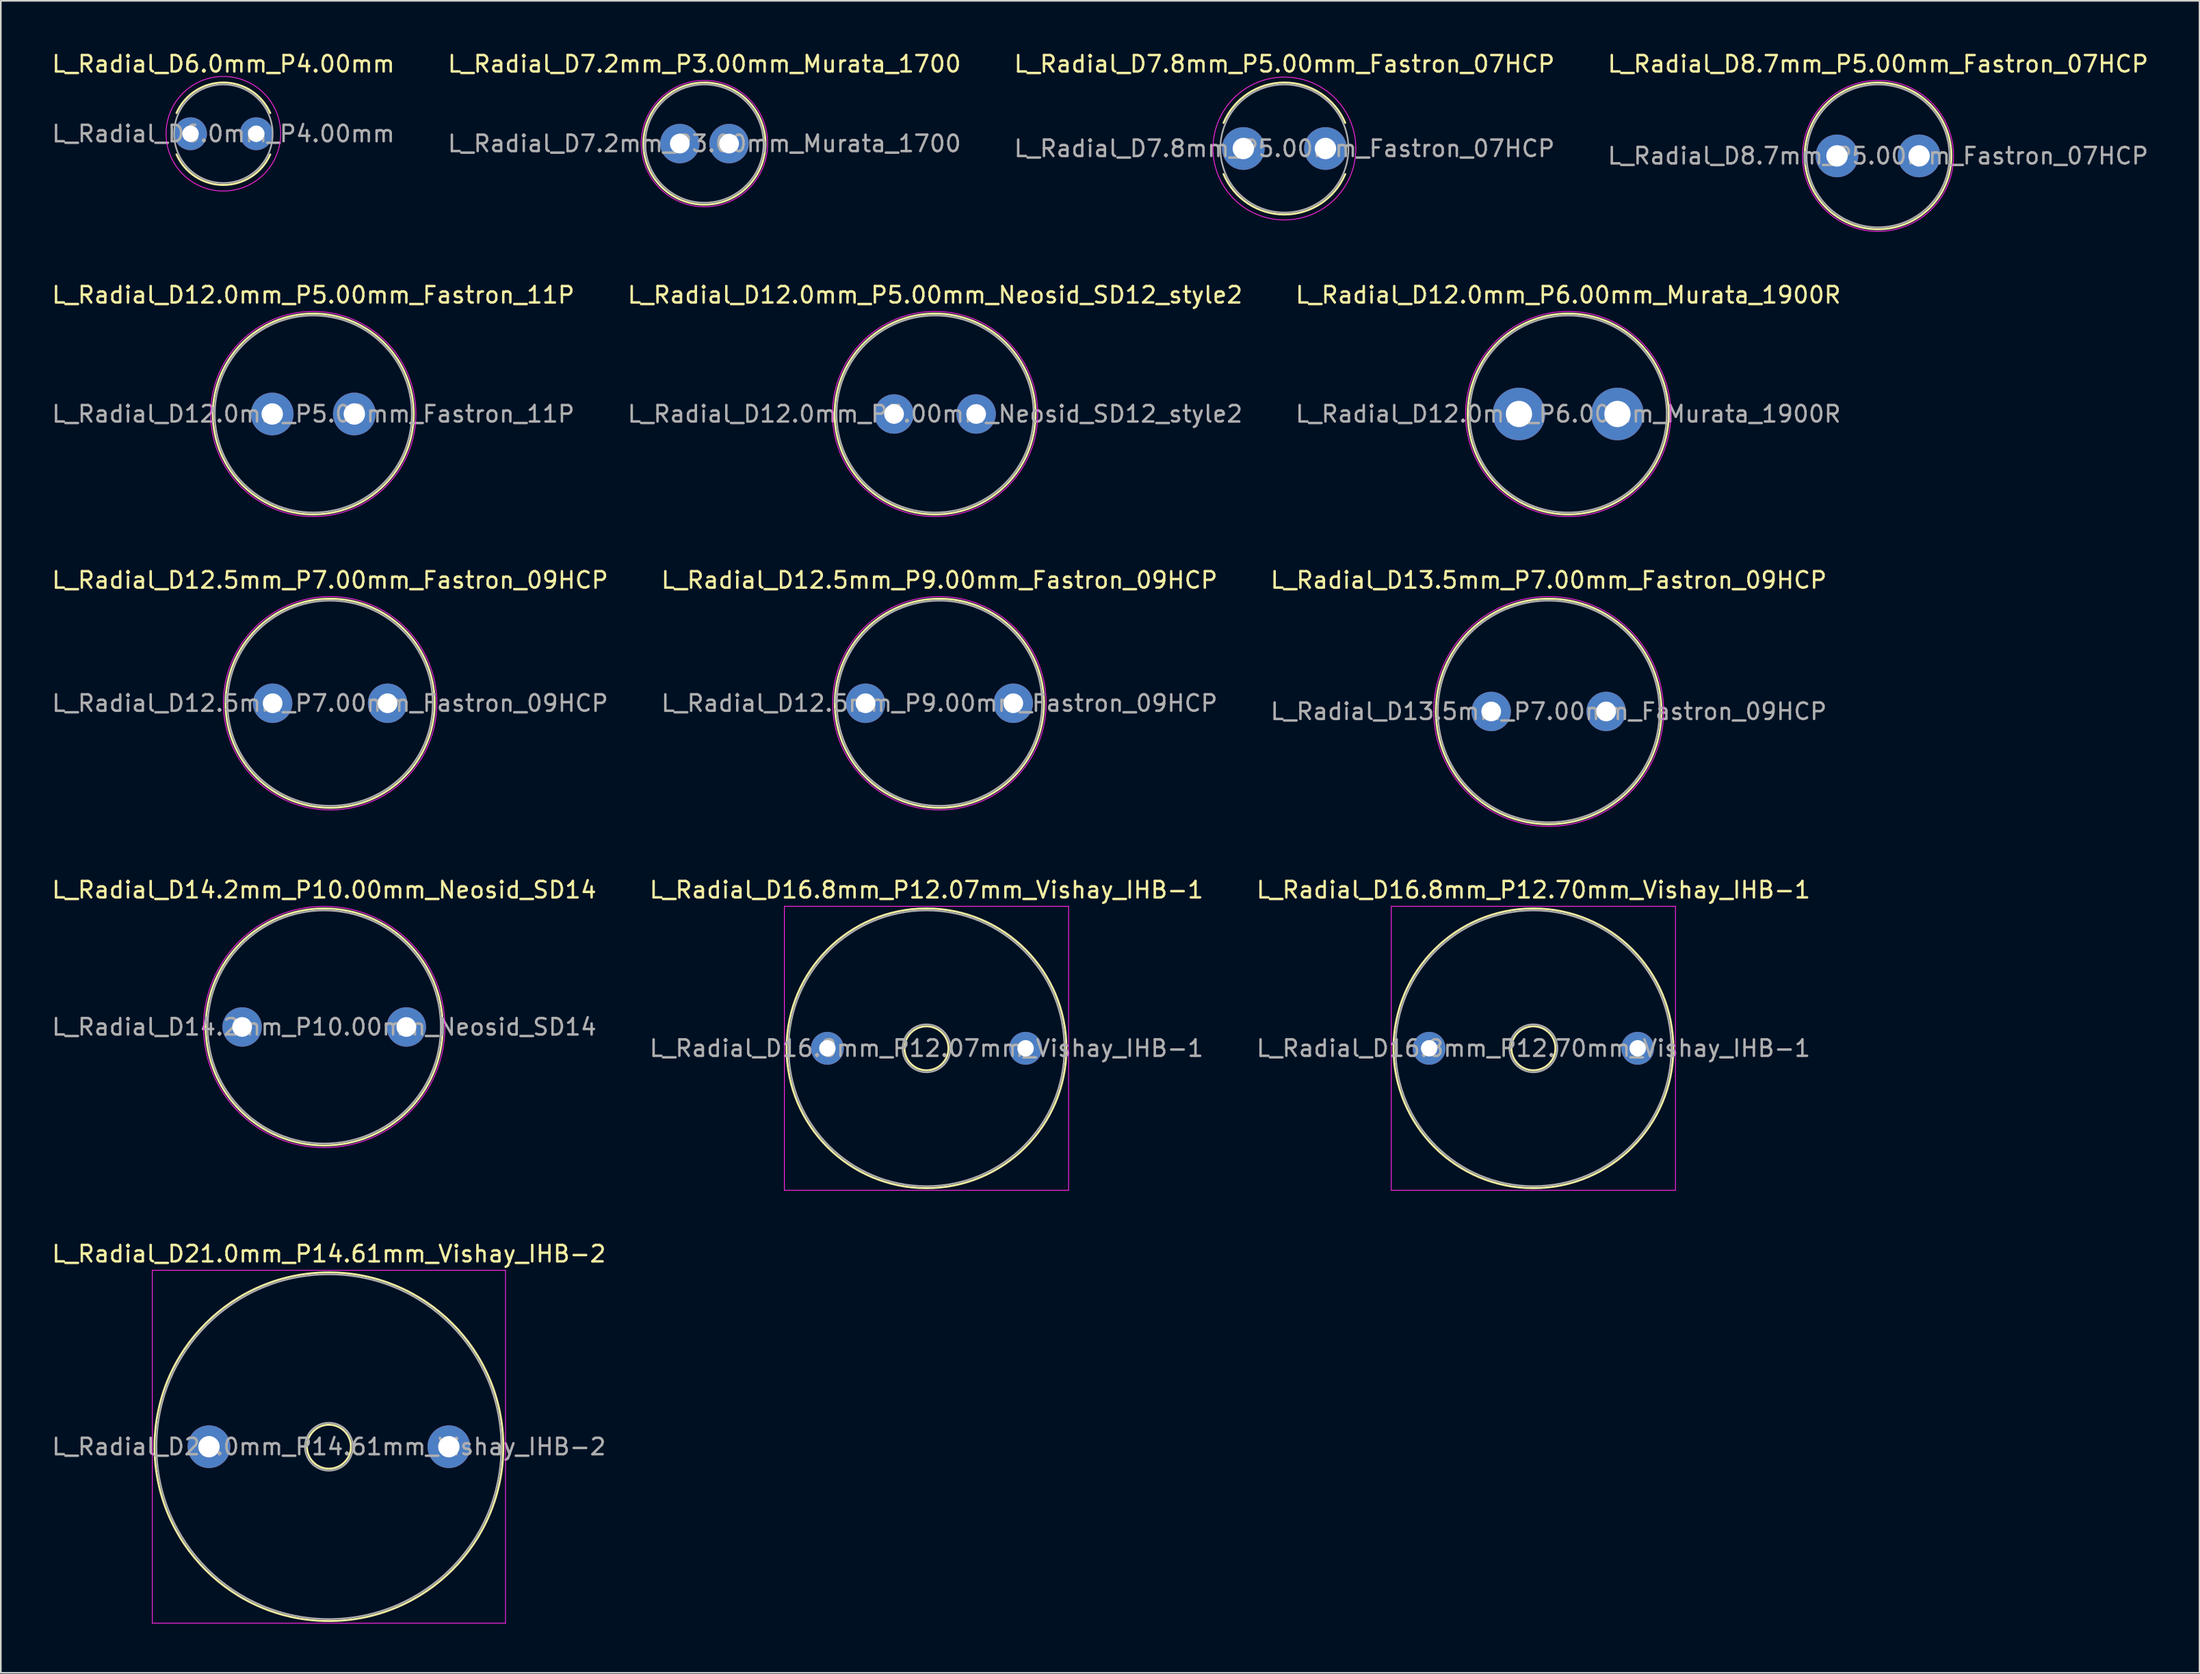
<source format=kicad_pcb>
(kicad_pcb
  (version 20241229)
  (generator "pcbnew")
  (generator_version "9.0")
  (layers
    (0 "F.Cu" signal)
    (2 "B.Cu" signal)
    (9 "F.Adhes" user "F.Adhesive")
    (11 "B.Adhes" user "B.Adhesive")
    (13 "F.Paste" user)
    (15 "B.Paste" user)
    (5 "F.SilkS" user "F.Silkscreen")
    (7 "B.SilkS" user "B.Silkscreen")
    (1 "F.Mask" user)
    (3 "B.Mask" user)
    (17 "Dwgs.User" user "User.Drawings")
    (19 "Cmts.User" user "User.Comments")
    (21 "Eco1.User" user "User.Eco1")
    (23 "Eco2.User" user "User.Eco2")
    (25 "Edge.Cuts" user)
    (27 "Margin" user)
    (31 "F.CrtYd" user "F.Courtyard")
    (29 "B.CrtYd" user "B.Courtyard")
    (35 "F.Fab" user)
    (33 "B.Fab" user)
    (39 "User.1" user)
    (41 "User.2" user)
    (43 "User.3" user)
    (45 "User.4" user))
  (footprint "L_Radial_D12.0mm_P5.00mm_Neosid_SD12_style2"
    (layer "F.Cu")
    (at 51.399 22.172)
    (property "Reference" "L_Radial_D12.0mm_P5.00mm_Neosid_SD12_style2" (at 2.5 -7.25 0) (layer "F.SilkS") (effects (font (size 1 1) (thickness 0.15))))
    (attr through_hole)
    (fp_circle (center 2.5 0) (end 8.62 0) (stroke (width 0.12) (type solid)) (fill no) (layer "F.SilkS"))
    (fp_circle (center 2.5 0) (end 8.75 0) (stroke (width 0.05) (type solid)) (fill no) (layer "F.CrtYd"))
    (fp_circle (center 2.5 0) (end 8.5 0) (stroke (width 0.1) (type solid)) (fill no) (layer "F.Fab"))
    (fp_text user "${REFERENCE}" (at 2.5 0 0) (layer "F.Fab") (effects (font (size 1 1) (thickness 0.15))))
    (pad "1" thru_hole circle (at 0 0) (size 2.4 2.4) (drill 1.2) (layers "*.Cu" "*.Mask"))
    (pad "2" thru_hole circle (at 5 0) (size 2.4 2.4) (drill 1.2) (layers "*.Cu" "*.Mask")))
  (footprint "L_Radial_D12.5mm_P7.00mm_Fastron_09HCP"
    (layer "F.Cu")
    (at 13.554 39.795)
    (property "Reference" "L_Radial_D12.5mm_P7.00mm_Fastron_09HCP" (at 3.5 -7.5 0) (layer "F.SilkS") (effects (font (size 1 1) (thickness 0.15))))
    (attr through_hole)
    (fp_circle (center 3.5 0) (end 9.87 0) (stroke (width 0.12) (type solid)) (fill no) (layer "F.SilkS"))
    (fp_circle (center 3.5 0) (end 10 0) (stroke (width 0.05) (type solid)) (fill no) (layer "F.CrtYd"))
    (fp_circle (center 3.5 0) (end 9.75 0) (stroke (width 0.1) (type solid)) (fill no) (layer "F.Fab"))
    (fp_text user "${REFERENCE}" (at 3.5 0 0) (layer "F.Fab") (effects (font (size 1 1) (thickness 0.15))))
    (pad "1" thru_hole circle (at 0 0) (size 2.4 2.4) (drill 1.2) (layers "*.Cu" "*.Mask"))
    (pad "2" thru_hole circle (at 7 0) (size 2.4 2.4) (drill 1.2) (layers "*.Cu" "*.Mask")))
  (footprint "L_Radial_D12.0mm_P6.00mm_Murata_1900R"
    (layer "F.Cu")
    (at 89.458 22.172)
    (property "Reference" "L_Radial_D12.0mm_P6.00mm_Murata_1900R" (at 3 -7.25 0) (layer "F.SilkS") (effects (font (size 1 1) (thickness 0.15))))
    (attr through_hole)
    (fp_circle (center 3 0) (end 9.12 0) (stroke (width 0.12) (type solid)) (fill no) (layer "F.SilkS"))
    (fp_circle (center 3 0) (end 9.25 0) (stroke (width 0.05) (type solid)) (fill no) (layer "F.CrtYd"))
    (fp_circle (center 3 0) (end 9 0) (stroke (width 0.1) (type solid)) (fill no) (layer "F.Fab"))
    (fp_text user "${REFERENCE}" (at 3 0 0) (layer "F.Fab") (effects (font (size 1 1) (thickness 0.15))))
    (pad "1" thru_hole circle (at 0 0) (size 3.2 3.2) (drill 1.6) (layers "*.Cu" "*.Mask"))
    (pad "2" thru_hole circle (at 6 0) (size 3.2 3.2) (drill 1.6) (layers "*.Cu" "*.Mask")))
  (footprint "L_Radial_D12.0mm_P5.00mm_Fastron_11P"
    (layer "F.Cu")
    (at 13.53 22.172)
    (property "Reference" "L_Radial_D12.0mm_P5.00mm_Fastron_11P" (at 2.5 -7.25 0) (layer "F.SilkS") (effects (font (size 1 1) (thickness 0.15))))
    (attr through_hole)
    (fp_circle (center 2.5 0) (end 8.62 0) (stroke (width 0.12) (type solid)) (fill no) (layer "F.SilkS"))
    (fp_circle (center 2.5 0) (end 8.75 0) (stroke (width 0.05) (type solid)) (fill no) (layer "F.CrtYd"))
    (fp_circle (center 2.5 0) (end 8.5 0) (stroke (width 0.1) (type solid)) (fill no) (layer "F.Fab"))
    (fp_text user "${REFERENCE}" (at 2.5 0 0) (layer "F.Fab") (effects (font (size 1 1) (thickness 0.15))))
    (pad "1" thru_hole circle (at 0 0) (size 2.6 2.6) (drill 1.3) (layers "*.Cu" "*.Mask"))
    (pad "2" thru_hole circle (at 5 0) (size 2.6 2.6) (drill 1.3) (layers "*.Cu" "*.Mask")))
  (footprint "L_Radial_D12.5mm_P9.00mm_Fastron_09HCP"
    (layer "F.Cu")
    (at 49.661 39.795)
    (property "Reference" "L_Radial_D12.5mm_P9.00mm_Fastron_09HCP" (at 4.5 -7.5 0) (layer "F.SilkS") (effects (font (size 1 1) (thickness 0.15))))
    (attr through_hole)
    (fp_circle (center 4.5 0) (end 10.87 0) (stroke (width 0.12) (type solid)) (fill no) (layer "F.SilkS"))
    (fp_circle (center 4.5 0) (end 11 0) (stroke (width 0.05) (type solid)) (fill no) (layer "F.CrtYd"))
    (fp_circle (center 4.5 0) (end 10.75 0) (stroke (width 0.1) (type solid)) (fill no) (layer "F.Fab"))
    (fp_text user "${REFERENCE}" (at 4.5 0 0) (layer "F.Fab") (effects (font (size 1 1) (thickness 0.15))))
    (pad "1" thru_hole circle (at 0 0) (size 2.4 2.4) (drill 1.2) (layers "*.Cu" "*.Mask"))
    (pad "2" thru_hole circle (at 9 0) (size 2.4 2.4) (drill 1.2) (layers "*.Cu" "*.Mask")))
  (footprint "L_Radial_D6.0mm_P4.00mm"
    (layer "F.Cu")
    (at 8.554 5.098)
    (property "Reference" "L_Radial_D6.0mm_P4.00mm" (at 2 -4.25 0) (layer "F.SilkS") (effects (font (size 1 1) (thickness 0.15))))
    (attr through_hole)
    (fp_arc (start -0.85426 -1.26) (mid 2 -3.12) (end 4.85426 -1.26) (stroke (width 0.12) (type solid)) (layer "F.SilkS"))
    (fp_arc (start 4.85426 1.26) (mid 2 3.12) (end -0.85426 1.26) (stroke (width 0.12) (type solid)) (layer "F.SilkS"))
    (fp_circle (center 2 0) (end 5.49 0) (stroke (width 0.05) (type solid)) (fill no) (layer "F.CrtYd"))
    (fp_circle (center 2 0) (end 5 0) (stroke (width 0.1) (type solid)) (fill no) (layer "F.Fab"))
    (fp_text user "${REFERENCE}" (at 2 0 0) (layer "F.Fab") (effects (font (size 1 1) (thickness 0.15))))
    (pad "1" thru_hole circle (at 0 0) (size 2 2) (drill 1) (layers "*.Cu" "*.Mask"))
    (pad "2" thru_hole circle (at 4 0) (size 2 2) (drill 1) (layers "*.Cu" "*.Mask")))
  (footprint "L_Radial_D21.0mm_P14.61mm_Vishay_IHB-2"
    (layer "F.Cu")
    (at 9.677 85.091)
    (property "Reference" "L_Radial_D21.0mm_P14.61mm_Vishay_IHB-2" (at 7.305 -11.75 0) (layer "F.SilkS") (effects (font (size 1 1) (thickness 0.15))))
    (attr through_hole)
    (fp_circle (center 7.305 0) (end 8.645 0) (stroke (width 0.12) (type solid)) (fill no) (layer "F.SilkS"))
    (fp_circle (center 7.305 0) (end 17.925 0) (stroke (width 0.12) (type solid)) (fill no) (layer "F.SilkS"))
    (fp_line (start -3.45 -10.75) (end -3.45 10.75) (stroke (width 0.05) (type solid)) (layer "F.CrtYd"))
    (fp_line (start -3.45 10.75) (end 18.06 10.75) (stroke (width 0.05) (type solid)) (layer "F.CrtYd"))
    (fp_line (start 18.06 -10.75) (end -3.45 -10.75) (stroke (width 0.05) (type solid)) (layer "F.CrtYd"))
    (fp_line (start 18.06 10.75) (end 18.06 -10.75) (stroke (width 0.05) (type solid)) (layer "F.CrtYd"))
    (fp_circle (center 7.305 0) (end 8.765 0) (stroke (width 0.1) (type solid)) (fill no) (layer "F.Fab"))
    (fp_circle (center 7.305 0) (end 17.805 0) (stroke (width 0.1) (type solid)) (fill no) (layer "F.Fab"))
    (fp_text user "${REFERENCE}" (at 7.305 0 0) (layer "F.Fab") (effects (font (size 1 1) (thickness 0.15))))
    (pad "1" thru_hole circle (at 0 0) (size 2.6 2.6) (drill 1.3) (layers "*.Cu" "*.Mask"))
    (pad "2" thru_hole circle (at 14.61 0) (size 2.6 2.6) (drill 1.3) (layers "*.Cu" "*.Mask")))
  (footprint "L_Radial_D14.2mm_P10.00mm_Neosid_SD14"
    (layer "F.Cu")
    (at 11.696 59.518)
    (property "Reference" "L_Radial_D14.2mm_P10.00mm_Neosid_SD14" (at 5 -8.35 0) (layer "F.SilkS") (effects (font (size 1 1) (thickness 0.15))))
    (attr through_hole)
    (fp_circle (center 5 0) (end 12.22 0) (stroke (width 0.12) (type solid)) (fill no) (layer "F.SilkS"))
    (fp_circle (center 5 0) (end 12.35 0) (stroke (width 0.05) (type solid)) (fill no) (layer "F.CrtYd"))
    (fp_circle (center 5 0) (end 12.1 0) (stroke (width 0.1) (type solid)) (fill no) (layer "F.Fab"))
    (fp_text user "${REFERENCE}" (at 5 0 0) (layer "F.Fab") (effects (font (size 1 1) (thickness 0.15))))
    (pad "1" thru_hole circle (at 0 0) (size 2.4 2.4) (drill 1.2) (layers "*.Cu" "*.Mask"))
    (pad "2" thru_hole circle (at 10 0) (size 2.4 2.4) (drill 1.2) (layers "*.Cu" "*.Mask")))
  (footprint "L_Radial_D7.8mm_P5.00mm_Fastron_07HCP"
    (layer "F.Cu")
    (at 72.673 5.998)
    (property "Reference" "L_Radial_D7.8mm_P5.00mm_Fastron_07HCP" (at 2.5 -5.15 0) (layer "F.SilkS") (effects (font (size 1 1) (thickness 0.15))))
    (attr through_hole)
    (fp_arc (start -1.20497 -1.56) (mid 2.5 -4.02) (end 6.20497 -1.56) (stroke (width 0.12) (type solid)) (layer "F.SilkS"))
    (fp_arc (start 6.20497 1.56) (mid 2.5 4.02) (end -1.20497 1.56) (stroke (width 0.12) (type solid)) (layer "F.SilkS"))
    (fp_circle (center 2.5 0) (end 6.85 0) (stroke (width 0.05) (type solid)) (fill no) (layer "F.CrtYd"))
    (fp_circle (center 2.5 0) (end 6.4 0) (stroke (width 0.1) (type solid)) (fill no) (layer "F.Fab"))
    (fp_text user "${REFERENCE}" (at 2.5 0 0) (layer "F.Fab") (effects (font (size 1 1) (thickness 0.15))))
    (pad "1" thru_hole circle (at 0 0) (size 2.6 2.6) (drill 1.3) (layers "*.Cu" "*.Mask"))
    (pad "2" thru_hole circle (at 5 0) (size 2.6 2.6) (drill 1.3) (layers "*.Cu" "*.Mask")))
  (footprint "L_Radial_D7.2mm_P3.00mm_Murata_1700"
    (layer "F.Cu")
    (at 38.351 5.698)
    (property "Reference" "L_Radial_D7.2mm_P3.00mm_Murata_1700" (at 1.5 -4.85 0) (layer "F.SilkS") (effects (font (size 1 1) (thickness 0.15))))
    (attr through_hole)
    (fp_circle (center 1.5 0) (end 5.22 0) (stroke (width 0.12) (type solid)) (fill no) (layer "F.SilkS"))
    (fp_circle (center 1.5 0) (end 5.35 0) (stroke (width 0.05) (type solid)) (fill no) (layer "F.CrtYd"))
    (fp_circle (center 1.5 0) (end 5.1 0) (stroke (width 0.1) (type solid)) (fill no) (layer "F.Fab"))
    (fp_text user "${REFERENCE}" (at 1.5 0 0) (layer "F.Fab") (effects (font (size 1 1) (thickness 0.15))))
    (pad "1" thru_hole circle (at 0 0) (size 2.4 2.4) (drill 1.2) (layers "*.Cu" "*.Mask"))
    (pad "2" thru_hole circle (at 3 0) (size 2.4 2.4) (drill 1.2) (layers "*.Cu" "*.Mask")))
  (footprint "L_Radial_D16.8mm_P12.70mm_Vishay_IHB-1"
    (layer "F.Cu")
    (at 83.989 60.818)
    (property "Reference" "L_Radial_D16.8mm_P12.70mm_Vishay_IHB-1" (at 6.35 -9.65 0) (layer "F.SilkS") (effects (font (size 1 1) (thickness 0.15))))
    (attr through_hole)
    (fp_circle (center 6.35 0) (end 7.69 0) (stroke (width 0.12) (type solid)) (fill no) (layer "F.SilkS"))
    (fp_circle (center 6.35 0) (end 14.87 0) (stroke (width 0.12) (type solid)) (fill no) (layer "F.SilkS"))
    (fp_line (start -2.31 -8.65) (end -2.31 8.65) (stroke (width 0.05) (type solid)) (layer "F.CrtYd"))
    (fp_line (start -2.31 8.65) (end 15 8.65) (stroke (width 0.05) (type solid)) (layer "F.CrtYd"))
    (fp_line (start 15 -8.65) (end -2.31 -8.65) (stroke (width 0.05) (type solid)) (layer "F.CrtYd"))
    (fp_line (start 15 8.65) (end 15 -8.65) (stroke (width 0.05) (type solid)) (layer "F.CrtYd"))
    (fp_circle (center 6.35 0) (end 7.81 0) (stroke (width 0.1) (type solid)) (fill no) (layer "F.Fab"))
    (fp_circle (center 6.35 0) (end 14.75 0) (stroke (width 0.1) (type solid)) (fill no) (layer "F.Fab"))
    (fp_text user "${REFERENCE}" (at 6.35 0 0) (layer "F.Fab") (effects (font (size 1 1) (thickness 0.15))))
    (pad "1" thru_hole circle (at 0 0) (size 2 2) (drill 1) (layers "*.Cu" "*.Mask"))
    (pad "2" thru_hole circle (at 12.7 0) (size 2 2) (drill 1) (layers "*.Cu" "*.Mask")))
  (footprint "L_Radial_D13.5mm_P7.00mm_Fastron_09HCP"
    (layer "F.Cu")
    (at 87.768 40.295)
    (property "Reference" "L_Radial_D13.5mm_P7.00mm_Fastron_09HCP" (at 3.5 -8 0) (layer "F.SilkS") (effects (font (size 1 1) (thickness 0.15))))
    (attr through_hole)
    (fp_circle (center 3.5 0) (end 10.37 0) (stroke (width 0.12) (type solid)) (fill no) (layer "F.SilkS"))
    (fp_circle (center 3.5 0) (end 10.5 0) (stroke (width 0.05) (type solid)) (fill no) (layer "F.CrtYd"))
    (fp_circle (center 3.5 0) (end 10.25 0) (stroke (width 0.1) (type solid)) (fill no) (layer "F.Fab"))
    (fp_text user "${REFERENCE}" (at 3.5 0 0) (layer "F.Fab") (effects (font (size 1 1) (thickness 0.15))))
    (pad "1" thru_hole circle (at 0 0) (size 2.4 2.4) (drill 1.2) (layers "*.Cu" "*.Mask"))
    (pad "2" thru_hole circle (at 7 0) (size 2.4 2.4) (drill 1.2) (layers "*.Cu" "*.Mask")))
  (footprint "L_Radial_D8.7mm_P5.00mm_Fastron_07HCP"
    (layer "F.Cu")
    (at 108.827 6.448)
    (property "Reference" "L_Radial_D8.7mm_P5.00mm_Fastron_07HCP" (at 2.5 -5.6 0) (layer "F.SilkS") (effects (font (size 1 1) (thickness 0.15))))
    (attr through_hole)
    (fp_circle (center 2.5 0) (end 6.97 0) (stroke (width 0.12) (type solid)) (fill no) (layer "F.SilkS"))
    (fp_circle (center 2.5 0) (end 7.1 0) (stroke (width 0.05) (type solid)) (fill no) (layer "F.CrtYd"))
    (fp_circle (center 2.5 0) (end 6.85 0) (stroke (width 0.1) (type solid)) (fill no) (layer "F.Fab"))
    (fp_text user "${REFERENCE}" (at 2.5 0 0) (layer "F.Fab") (effects (font (size 1 1) (thickness 0.15))))
    (pad "1" thru_hole circle (at 0 0) (size 2.6 2.6) (drill 1.3) (layers "*.Cu" "*.Mask"))
    (pad "2" thru_hole circle (at 5 0) (size 2.6 2.6) (drill 1.3) (layers "*.Cu" "*.Mask")))
  (footprint "L_Radial_D16.8mm_P12.07mm_Vishay_IHB-1"
    (layer "F.Cu")
    (at 47.34 60.818)
    (property "Reference" "L_Radial_D16.8mm_P12.07mm_Vishay_IHB-1" (at 6.035 -9.65 0) (layer "F.SilkS") (effects (font (size 1 1) (thickness 0.15))))
    (attr through_hole)
    (fp_circle (center 6.035 0) (end 7.375 0) (stroke (width 0.12) (type solid)) (fill no) (layer "F.SilkS"))
    (fp_circle (center 6.035 0) (end 14.555 0) (stroke (width 0.12) (type solid)) (fill no) (layer "F.SilkS"))
    (fp_line (start -2.62 -8.65) (end -2.62 8.65) (stroke (width 0.05) (type solid)) (layer "F.CrtYd"))
    (fp_line (start -2.62 8.65) (end 14.69 8.65) (stroke (width 0.05) (type solid)) (layer "F.CrtYd"))
    (fp_line (start 14.69 -8.65) (end -2.62 -8.65) (stroke (width 0.05) (type solid)) (layer "F.CrtYd"))
    (fp_line (start 14.69 8.65) (end 14.69 -8.65) (stroke (width 0.05) (type solid)) (layer "F.CrtYd"))
    (fp_circle (center 6.035 0) (end 7.495 0) (stroke (width 0.1) (type solid)) (fill no) (layer "F.Fab"))
    (fp_circle (center 6.035 0) (end 14.435 0) (stroke (width 0.1) (type solid)) (fill no) (layer "F.Fab"))
    (fp_text user "${REFERENCE}" (at 6.035 0 0) (layer "F.Fab") (effects (font (size 1 1) (thickness 0.15))))
    (pad "1" thru_hole circle (at 0 0) (size 2 2) (drill 1) (layers "*.Cu" "*.Mask"))
    (pad "2" thru_hole circle (at 12.07 0) (size 2 2) (drill 1) (layers "*.Cu" "*.Mask")))
  (gr_rect
    (start -3 -3)
    (end 130.905 98.866)
    (stroke (width 0.1) (type default))
    (fill no)
    (layer "Edge.Cuts")))
</source>
